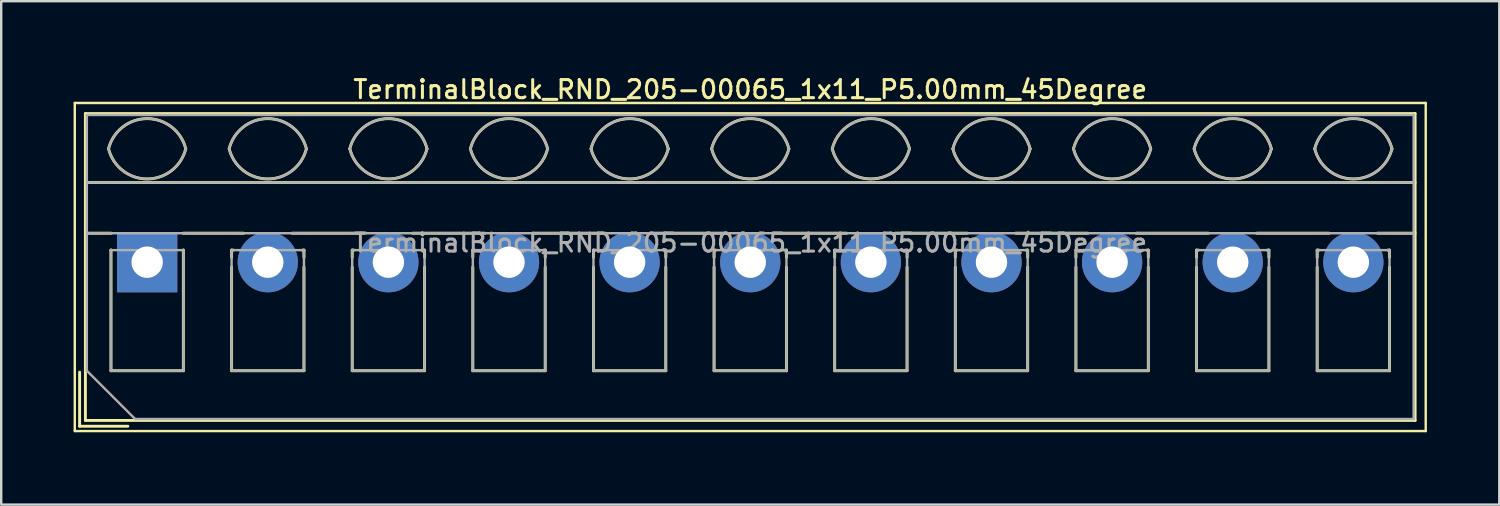
<source format=kicad_pcb>
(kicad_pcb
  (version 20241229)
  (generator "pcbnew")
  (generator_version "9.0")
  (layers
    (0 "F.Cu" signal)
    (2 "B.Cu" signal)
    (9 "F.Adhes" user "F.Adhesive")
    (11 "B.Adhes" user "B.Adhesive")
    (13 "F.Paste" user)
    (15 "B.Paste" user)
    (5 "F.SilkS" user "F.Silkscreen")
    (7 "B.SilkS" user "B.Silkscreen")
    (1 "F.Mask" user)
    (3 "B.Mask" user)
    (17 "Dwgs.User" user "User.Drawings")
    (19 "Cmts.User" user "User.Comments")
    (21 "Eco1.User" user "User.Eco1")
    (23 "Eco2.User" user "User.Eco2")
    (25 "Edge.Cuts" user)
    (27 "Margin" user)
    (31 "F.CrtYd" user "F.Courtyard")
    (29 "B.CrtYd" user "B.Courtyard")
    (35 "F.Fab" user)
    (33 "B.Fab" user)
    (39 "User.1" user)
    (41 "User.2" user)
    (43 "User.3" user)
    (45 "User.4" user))
  (footprint "TerminalBlock_RND_205-00065_1x11_P5.00mm_45Degree"
    (layer "F.Cu")
    (at 3.05 7.818)
    (property "Reference" "TerminalBlock_RND_205-00065_1x11_P5.00mm_45Degree" (at 25 -7.16 0) (layer "F.SilkS") (effects (font (size 0.75 0.75) (thickness 0.125))))
    (attr through_hole)
    (fp_line (start -3 -6.6) (end -3 7) (stroke (width 0.1) (type solid)) (layer "F.SilkS"))
    (fp_line (start -3 7) (end 53 7) (stroke (width 0.1) (type solid)) (layer "F.SilkS"))
    (fp_line (start -2.8 4.56) (end -2.8 6.8) (stroke (width 0.12) (type solid)) (layer "F.SilkS"))
    (fp_line (start -2.8 6.8) (end -0.8 6.8) (stroke (width 0.12) (type solid)) (layer "F.SilkS"))
    (fp_line (start -2.56 -6.16) (end -2.56 6.56) (stroke (width 0.12) (type solid)) (layer "F.SilkS"))
    (fp_line (start -2.56 -6.16) (end 52.56 -6.16) (stroke (width 0.12) (type solid)) (layer "F.SilkS"))
    (fp_line (start -2.56 -3.301) (end 52.56 -3.301) (stroke (width 0.12) (type solid)) (layer "F.SilkS"))
    (fp_line (start -2.56 -1.201) (end -1.49 -1.201) (stroke (width 0.12) (type solid)) (layer "F.SilkS"))
    (fp_line (start -2.56 6.56) (end 52.56 6.56) (stroke (width 0.12) (type solid)) (layer "F.SilkS"))
    (fp_line (start -1.5 -0.5) (end -1.5 4.5) (stroke (width 0.12) (type solid)) (layer "F.SilkS"))
    (fp_line (start -1.5 -0.5) (end -1.49 -0.5) (stroke (width 0.12) (type solid)) (layer "F.SilkS"))
    (fp_line (start -1.5 4.5) (end 1.5 4.5) (stroke (width 0.12) (type solid)) (layer "F.SilkS"))
    (fp_line (start 1.49 -1.201) (end 4 -1.201) (stroke (width 0.12) (type solid)) (layer "F.SilkS"))
    (fp_line (start 1.49 -0.5) (end 1.5 -0.5) (stroke (width 0.12) (type solid)) (layer "F.SilkS"))
    (fp_line (start 1.5 -0.5) (end 1.5 4.5) (stroke (width 0.12) (type solid)) (layer "F.SilkS"))
    (fp_line (start 3.5 -0.5) (end 3.5 -0.202) (stroke (width 0.12) (type solid)) (layer "F.SilkS"))
    (fp_line (start 3.5 -0.5) (end 3.57 -0.5) (stroke (width 0.12) (type solid)) (layer "F.SilkS"))
    (fp_line (start 3.5 0.202) (end 3.5 4.5) (stroke (width 0.12) (type solid)) (layer "F.SilkS"))
    (fp_line (start 3.5 4.5) (end 6.5 4.5) (stroke (width 0.12) (type solid)) (layer "F.SilkS"))
    (fp_line (start 6.001 -1.201) (end 9 -1.201) (stroke (width 0.12) (type solid)) (layer "F.SilkS"))
    (fp_line (start 6.431 -0.5) (end 6.5 -0.5) (stroke (width 0.12) (type solid)) (layer "F.SilkS"))
    (fp_line (start 6.5 -0.5) (end 6.5 -0.202) (stroke (width 0.12) (type solid)) (layer "F.SilkS"))
    (fp_line (start 6.5 0.202) (end 6.5 4.5) (stroke (width 0.12) (type solid)) (layer "F.SilkS"))
    (fp_line (start 8.5 -0.5) (end 8.5 -0.202) (stroke (width 0.12) (type solid)) (layer "F.SilkS"))
    (fp_line (start 8.5 -0.5) (end 8.57 -0.5) (stroke (width 0.12) (type solid)) (layer "F.SilkS"))
    (fp_line (start 8.5 0.202) (end 8.5 4.5) (stroke (width 0.12) (type solid)) (layer "F.SilkS"))
    (fp_line (start 8.5 4.5) (end 11.5 4.5) (stroke (width 0.12) (type solid)) (layer "F.SilkS"))
    (fp_line (start 11.001 -1.201) (end 14 -1.201) (stroke (width 0.12) (type solid)) (layer "F.SilkS"))
    (fp_line (start 11.431 -0.5) (end 11.5 -0.5) (stroke (width 0.12) (type solid)) (layer "F.SilkS"))
    (fp_line (start 11.5 -0.5) (end 11.5 -0.202) (stroke (width 0.12) (type solid)) (layer "F.SilkS"))
    (fp_line (start 11.5 0.202) (end 11.5 4.5) (stroke (width 0.12) (type solid)) (layer "F.SilkS"))
    (fp_line (start 13.5 -0.5) (end 13.5 -0.202) (stroke (width 0.12) (type solid)) (layer "F.SilkS"))
    (fp_line (start 13.5 -0.5) (end 13.57 -0.5) (stroke (width 0.12) (type solid)) (layer "F.SilkS"))
    (fp_line (start 13.5 0.202) (end 13.5 4.5) (stroke (width 0.12) (type solid)) (layer "F.SilkS"))
    (fp_line (start 13.5 4.5) (end 16.5 4.5) (stroke (width 0.12) (type solid)) (layer "F.SilkS"))
    (fp_line (start 16.001 -1.201) (end 19 -1.201) (stroke (width 0.12) (type solid)) (layer "F.SilkS"))
    (fp_line (start 16.431 -0.5) (end 16.5 -0.5) (stroke (width 0.12) (type solid)) (layer "F.SilkS"))
    (fp_line (start 16.5 -0.5) (end 16.5 -0.202) (stroke (width 0.12) (type solid)) (layer "F.SilkS"))
    (fp_line (start 16.5 0.202) (end 16.5 4.5) (stroke (width 0.12) (type solid)) (layer "F.SilkS"))
    (fp_line (start 18.5 -0.5) (end 18.5 -0.202) (stroke (width 0.12) (type solid)) (layer "F.SilkS"))
    (fp_line (start 18.5 -0.5) (end 18.57 -0.5) (stroke (width 0.12) (type solid)) (layer "F.SilkS"))
    (fp_line (start 18.5 0.202) (end 18.5 4.5) (stroke (width 0.12) (type solid)) (layer "F.SilkS"))
    (fp_line (start 18.5 4.5) (end 21.5 4.5) (stroke (width 0.12) (type solid)) (layer "F.SilkS"))
    (fp_line (start 21.001 -1.201) (end 24 -1.201) (stroke (width 0.12) (type solid)) (layer "F.SilkS"))
    (fp_line (start 21.431 -0.5) (end 21.5 -0.5) (stroke (width 0.12) (type solid)) (layer "F.SilkS"))
    (fp_line (start 21.5 -0.5) (end 21.5 -0.202) (stroke (width 0.12) (type solid)) (layer "F.SilkS"))
    (fp_line (start 21.5 0.202) (end 21.5 4.5) (stroke (width 0.12) (type solid)) (layer "F.SilkS"))
    (fp_line (start 23.5 -0.5) (end 23.5 -0.202) (stroke (width 0.12) (type solid)) (layer "F.SilkS"))
    (fp_line (start 23.5 -0.5) (end 23.57 -0.5) (stroke (width 0.12) (type solid)) (layer "F.SilkS"))
    (fp_line (start 23.5 0.202) (end 23.5 4.5) (stroke (width 0.12) (type solid)) (layer "F.SilkS"))
    (fp_line (start 23.5 4.5) (end 26.5 4.5) (stroke (width 0.12) (type solid)) (layer "F.SilkS"))
    (fp_line (start 26.001 -1.201) (end 29 -1.201) (stroke (width 0.12) (type solid)) (layer "F.SilkS"))
    (fp_line (start 26.431 -0.5) (end 26.5 -0.5) (stroke (width 0.12) (type solid)) (layer "F.SilkS"))
    (fp_line (start 26.5 -0.5) (end 26.5 -0.202) (stroke (width 0.12) (type solid)) (layer "F.SilkS"))
    (fp_line (start 26.5 0.202) (end 26.5 4.5) (stroke (width 0.12) (type solid)) (layer "F.SilkS"))
    (fp_line (start 28.5 -0.5) (end 28.5 -0.202) (stroke (width 0.12) (type solid)) (layer "F.SilkS"))
    (fp_line (start 28.5 -0.5) (end 28.57 -0.5) (stroke (width 0.12) (type solid)) (layer "F.SilkS"))
    (fp_line (start 28.5 0.202) (end 28.5 4.5) (stroke (width 0.12) (type solid)) (layer "F.SilkS"))
    (fp_line (start 28.5 4.5) (end 31.5 4.5) (stroke (width 0.12) (type solid)) (layer "F.SilkS"))
    (fp_line (start 31.001 -1.201) (end 34 -1.201) (stroke (width 0.12) (type solid)) (layer "F.SilkS"))
    (fp_line (start 31.431 -0.5) (end 31.5 -0.5) (stroke (width 0.12) (type solid)) (layer "F.SilkS"))
    (fp_line (start 31.5 -0.5) (end 31.5 -0.202) (stroke (width 0.12) (type solid)) (layer "F.SilkS"))
    (fp_line (start 31.5 0.202) (end 31.5 4.5) (stroke (width 0.12) (type solid)) (layer "F.SilkS"))
    (fp_line (start 33.5 -0.5) (end 33.5 -0.202) (stroke (width 0.12) (type solid)) (layer "F.SilkS"))
    (fp_line (start 33.5 -0.5) (end 33.57 -0.5) (stroke (width 0.12) (type solid)) (layer "F.SilkS"))
    (fp_line (start 33.5 0.202) (end 33.5 4.5) (stroke (width 0.12) (type solid)) (layer "F.SilkS"))
    (fp_line (start 33.5 4.5) (end 36.5 4.5) (stroke (width 0.12) (type solid)) (layer "F.SilkS"))
    (fp_line (start 36.001 -1.201) (end 39 -1.201) (stroke (width 0.12) (type solid)) (layer "F.SilkS"))
    (fp_line (start 36.431 -0.5) (end 36.5 -0.5) (stroke (width 0.12) (type solid)) (layer "F.SilkS"))
    (fp_line (start 36.5 -0.5) (end 36.5 -0.202) (stroke (width 0.12) (type solid)) (layer "F.SilkS"))
    (fp_line (start 36.5 0.202) (end 36.5 4.5) (stroke (width 0.12) (type solid)) (layer "F.SilkS"))
    (fp_line (start 38.5 -0.5) (end 38.5 -0.202) (stroke (width 0.12) (type solid)) (layer "F.SilkS"))
    (fp_line (start 38.5 -0.5) (end 38.57 -0.5) (stroke (width 0.12) (type solid)) (layer "F.SilkS"))
    (fp_line (start 38.5 0.202) (end 38.5 4.5) (stroke (width 0.12) (type solid)) (layer "F.SilkS"))
    (fp_line (start 38.5 4.5) (end 41.5 4.5) (stroke (width 0.12) (type solid)) (layer "F.SilkS"))
    (fp_line (start 41.001 -1.201) (end 44 -1.201) (stroke (width 0.12) (type solid)) (layer "F.SilkS"))
    (fp_line (start 41.431 -0.5) (end 41.5 -0.5) (stroke (width 0.12) (type solid)) (layer "F.SilkS"))
    (fp_line (start 41.5 -0.5) (end 41.5 -0.202) (stroke (width 0.12) (type solid)) (layer "F.SilkS"))
    (fp_line (start 41.5 0.202) (end 41.5 4.5) (stroke (width 0.12) (type solid)) (layer "F.SilkS"))
    (fp_line (start 43.5 -0.5) (end 43.5 -0.202) (stroke (width 0.12) (type solid)) (layer "F.SilkS"))
    (fp_line (start 43.5 -0.5) (end 43.57 -0.5) (stroke (width 0.12) (type solid)) (layer "F.SilkS"))
    (fp_line (start 43.5 0.202) (end 43.5 4.5) (stroke (width 0.12) (type solid)) (layer "F.SilkS"))
    (fp_line (start 43.5 4.5) (end 46.5 4.5) (stroke (width 0.12) (type solid)) (layer "F.SilkS"))
    (fp_line (start 46.001 -1.201) (end 49 -1.201) (stroke (width 0.12) (type solid)) (layer "F.SilkS"))
    (fp_line (start 46.431 -0.5) (end 46.5 -0.5) (stroke (width 0.12) (type solid)) (layer "F.SilkS"))
    (fp_line (start 46.5 -0.5) (end 46.5 -0.202) (stroke (width 0.12) (type solid)) (layer "F.SilkS"))
    (fp_line (start 46.5 0.202) (end 46.5 4.5) (stroke (width 0.12) (type solid)) (layer "F.SilkS"))
    (fp_line (start 48.5 -0.5) (end 48.5 -0.202) (stroke (width 0.12) (type solid)) (layer "F.SilkS"))
    (fp_line (start 48.5 -0.5) (end 48.57 -0.5) (stroke (width 0.12) (type solid)) (layer "F.SilkS"))
    (fp_line (start 48.5 0.202) (end 48.5 4.5) (stroke (width 0.12) (type solid)) (layer "F.SilkS"))
    (fp_line (start 48.5 4.5) (end 51.5 4.5) (stroke (width 0.12) (type solid)) (layer "F.SilkS"))
    (fp_line (start 51.001 -1.201) (end 52.56 -1.201) (stroke (width 0.12) (type solid)) (layer "F.SilkS"))
    (fp_line (start 51.431 -0.5) (end 51.5 -0.5) (stroke (width 0.12) (type solid)) (layer "F.SilkS"))
    (fp_line (start 51.5 -0.5) (end 51.5 -0.202) (stroke (width 0.12) (type solid)) (layer "F.SilkS"))
    (fp_line (start 51.5 0.202) (end 51.5 4.5) (stroke (width 0.12) (type solid)) (layer "F.SilkS"))
    (fp_line (start 52.56 -6.16) (end 52.56 6.56) (stroke (width 0.12) (type solid)) (layer "F.SilkS"))
    (fp_line (start 53 -6.6) (end -3 -6.6) (stroke (width 0.1) (type solid)) (layer "F.SilkS"))
    (fp_line (start 53 7) (end 53 -6.6) (stroke (width 0.1) (type solid)) (layer "F.SilkS"))
    (fp_arc (start -1.600914 -4.700344) (mid 0.000177 -5.95097) (end 1.601 -4.7) (stroke (width 0.12) (type solid)) (layer "F.SilkS"))
    (fp_arc (start 1.6 -4.7) (mid -0.000064 -3.45) (end -1.600031 -4.700125) (stroke (width 0.12) (type solid)) (layer "F.SilkS"))
    (fp_arc (start 3.399086 -4.700344) (mid 5.000177 -5.95097) (end 6.601 -4.7) (stroke (width 0.12) (type solid)) (layer "F.SilkS"))
    (fp_arc (start 6.6 -4.7) (mid 4.999936 -3.45) (end 3.399969 -4.700125) (stroke (width 0.12) (type solid)) (layer "F.SilkS"))
    (fp_arc (start 8.399086 -4.700344) (mid 10.000177 -5.95097) (end 11.601 -4.7) (stroke (width 0.12) (type solid)) (layer "F.SilkS"))
    (fp_arc (start 11.6 -4.7) (mid 9.999936 -3.45) (end 8.399969 -4.700125) (stroke (width 0.12) (type solid)) (layer "F.SilkS"))
    (fp_arc (start 13.399086 -4.700344) (mid 15.000177 -5.95097) (end 16.601 -4.7) (stroke (width 0.12) (type solid)) (layer "F.SilkS"))
    (fp_arc (start 16.6 -4.7) (mid 14.999936 -3.45) (end 13.399969 -4.700125) (stroke (width 0.12) (type solid)) (layer "F.SilkS"))
    (fp_arc (start 18.399086 -4.700344) (mid 20.000177 -5.95097) (end 21.601 -4.7) (stroke (width 0.12) (type solid)) (layer "F.SilkS"))
    (fp_arc (start 21.6 -4.7) (mid 19.999936 -3.45) (end 18.399969 -4.700125) (stroke (width 0.12) (type solid)) (layer "F.SilkS"))
    (fp_arc (start 23.399086 -4.700344) (mid 25.000177 -5.95097) (end 26.601 -4.7) (stroke (width 0.12) (type solid)) (layer "F.SilkS"))
    (fp_arc (start 26.6 -4.7) (mid 24.999936 -3.45) (end 23.399969 -4.700125) (stroke (width 0.12) (type solid)) (layer "F.SilkS"))
    (fp_arc (start 28.399086 -4.700344) (mid 30.000177 -5.95097) (end 31.601 -4.7) (stroke (width 0.12) (type solid)) (layer "F.SilkS"))
    (fp_arc (start 31.6 -4.7) (mid 29.999936 -3.45) (end 28.399969 -4.700125) (stroke (width 0.12) (type solid)) (layer "F.SilkS"))
    (fp_arc (start 33.399086 -4.700344) (mid 35.000177 -5.95097) (end 36.601 -4.7) (stroke (width 0.12) (type solid)) (layer "F.SilkS"))
    (fp_arc (start 36.6 -4.7) (mid 34.999936 -3.45) (end 33.399969 -4.700125) (stroke (width 0.12) (type solid)) (layer "F.SilkS"))
    (fp_arc (start 38.399086 -4.700344) (mid 40.000177 -5.95097) (end 41.601 -4.7) (stroke (width 0.12) (type solid)) (layer "F.SilkS"))
    (fp_arc (start 41.6 -4.7) (mid 39.999936 -3.45) (end 38.399969 -4.700125) (stroke (width 0.12) (type solid)) (layer "F.SilkS"))
    (fp_arc (start 43.399086 -4.700344) (mid 45.000177 -5.95097) (end 46.601 -4.7) (stroke (width 0.12) (type solid)) (layer "F.SilkS"))
    (fp_arc (start 46.6 -4.7) (mid 44.999936 -3.45) (end 43.399969 -4.700125) (stroke (width 0.12) (type solid)) (layer "F.SilkS"))
    (fp_arc (start 48.399086 -4.700344) (mid 50.000177 -5.95097) (end 51.601 -4.7) (stroke (width 0.12) (type solid)) (layer "F.SilkS"))
    (fp_arc (start 51.6 -4.7) (mid 49.999936 -3.45) (end 48.399969 -4.700125) (stroke (width 0.12) (type solid)) (layer "F.SilkS"))
    (fp_line (start -2.5 -6.1) (end 52.5 -6.1) (stroke (width 0.1) (type solid)) (layer "F.Fab"))
    (fp_line (start -2.5 -3.3) (end 52.5 -3.3) (stroke (width 0.1) (type solid)) (layer "F.Fab"))
    (fp_line (start -2.5 -1.2) (end 52.5 -1.2) (stroke (width 0.1) (type solid)) (layer "F.Fab"))
    (fp_line (start -2.5 4.5) (end -2.5 -6.1) (stroke (width 0.1) (type solid)) (layer "F.Fab"))
    (fp_line (start -1.5 -0.5) (end -1.5 4.5) (stroke (width 0.1) (type solid)) (layer "F.Fab"))
    (fp_line (start -1.5 4.5) (end 1.5 4.5) (stroke (width 0.1) (type solid)) (layer "F.Fab"))
    (fp_line (start -0.5 6.5) (end -2.5 4.5) (stroke (width 0.1) (type solid)) (layer "F.Fab"))
    (fp_line (start 1.5 -0.5) (end -1.5 -0.5) (stroke (width 0.1) (type solid)) (layer "F.Fab"))
    (fp_line (start 1.5 4.5) (end 1.5 -0.5) (stroke (width 0.1) (type solid)) (layer "F.Fab"))
    (fp_line (start 3.5 -0.5) (end 3.5 4.5) (stroke (width 0.1) (type solid)) (layer "F.Fab"))
    (fp_line (start 3.5 4.5) (end 6.5 4.5) (stroke (width 0.1) (type solid)) (layer "F.Fab"))
    (fp_line (start 6.5 -0.5) (end 3.5 -0.5) (stroke (width 0.1) (type solid)) (layer "F.Fab"))
    (fp_line (start 6.5 4.5) (end 6.5 -0.5) (stroke (width 0.1) (type solid)) (layer "F.Fab"))
    (fp_line (start 8.5 -0.5) (end 8.5 4.5) (stroke (width 0.1) (type solid)) (layer "F.Fab"))
    (fp_line (start 8.5 4.5) (end 11.5 4.5) (stroke (width 0.1) (type solid)) (layer "F.Fab"))
    (fp_line (start 11.5 -0.5) (end 8.5 -0.5) (stroke (width 0.1) (type solid)) (layer "F.Fab"))
    (fp_line (start 11.5 4.5) (end 11.5 -0.5) (stroke (width 0.1) (type solid)) (layer "F.Fab"))
    (fp_line (start 13.5 -0.5) (end 13.5 4.5) (stroke (width 0.1) (type solid)) (layer "F.Fab"))
    (fp_line (start 13.5 4.5) (end 16.5 4.5) (stroke (width 0.1) (type solid)) (layer "F.Fab"))
    (fp_line (start 16.5 -0.5) (end 13.5 -0.5) (stroke (width 0.1) (type solid)) (layer "F.Fab"))
    (fp_line (start 16.5 4.5) (end 16.5 -0.5) (stroke (width 0.1) (type solid)) (layer "F.Fab"))
    (fp_line (start 18.5 -0.5) (end 18.5 4.5) (stroke (width 0.1) (type solid)) (layer "F.Fab"))
    (fp_line (start 18.5 4.5) (end 21.5 4.5) (stroke (width 0.1) (type solid)) (layer "F.Fab"))
    (fp_line (start 21.5 -0.5) (end 18.5 -0.5) (stroke (width 0.1) (type solid)) (layer "F.Fab"))
    (fp_line (start 21.5 4.5) (end 21.5 -0.5) (stroke (width 0.1) (type solid)) (layer "F.Fab"))
    (fp_line (start 23.5 -0.5) (end 23.5 4.5) (stroke (width 0.1) (type solid)) (layer "F.Fab"))
    (fp_line (start 23.5 4.5) (end 26.5 4.5) (stroke (width 0.1) (type solid)) (layer "F.Fab"))
    (fp_line (start 26.5 -0.5) (end 23.5 -0.5) (stroke (width 0.1) (type solid)) (layer "F.Fab"))
    (fp_line (start 26.5 4.5) (end 26.5 -0.5) (stroke (width 0.1) (type solid)) (layer "F.Fab"))
    (fp_line (start 28.5 -0.5) (end 28.5 4.5) (stroke (width 0.1) (type solid)) (layer "F.Fab"))
    (fp_line (start 28.5 4.5) (end 31.5 4.5) (stroke (width 0.1) (type solid)) (layer "F.Fab"))
    (fp_line (start 31.5 -0.5) (end 28.5 -0.5) (stroke (width 0.1) (type solid)) (layer "F.Fab"))
    (fp_line (start 31.5 4.5) (end 31.5 -0.5) (stroke (width 0.1) (type solid)) (layer "F.Fab"))
    (fp_line (start 33.5 -0.5) (end 33.5 4.5) (stroke (width 0.1) (type solid)) (layer "F.Fab"))
    (fp_line (start 33.5 4.5) (end 36.5 4.5) (stroke (width 0.1) (type solid)) (layer "F.Fab"))
    (fp_line (start 36.5 -0.5) (end 33.5 -0.5) (stroke (width 0.1) (type solid)) (layer "F.Fab"))
    (fp_line (start 36.5 4.5) (end 36.5 -0.5) (stroke (width 0.1) (type solid)) (layer "F.Fab"))
    (fp_line (start 38.5 -0.5) (end 38.5 4.5) (stroke (width 0.1) (type solid)) (layer "F.Fab"))
    (fp_line (start 38.5 4.5) (end 41.5 4.5) (stroke (width 0.1) (type solid)) (layer "F.Fab"))
    (fp_line (start 41.5 -0.5) (end 38.5 -0.5) (stroke (width 0.1) (type solid)) (layer "F.Fab"))
    (fp_line (start 41.5 4.5) (end 41.5 -0.5) (stroke (width 0.1) (type solid)) (layer "F.Fab"))
    (fp_line (start 43.5 -0.5) (end 43.5 4.5) (stroke (width 0.1) (type solid)) (layer "F.Fab"))
    (fp_line (start 43.5 4.5) (end 46.5 4.5) (stroke (width 0.1) (type solid)) (layer "F.Fab"))
    (fp_line (start 46.5 -0.5) (end 43.5 -0.5) (stroke (width 0.1) (type solid)) (layer "F.Fab"))
    (fp_line (start 46.5 4.5) (end 46.5 -0.5) (stroke (width 0.1) (type solid)) (layer "F.Fab"))
    (fp_line (start 48.5 -0.5) (end 48.5 4.5) (stroke (width 0.1) (type solid)) (layer "F.Fab"))
    (fp_line (start 48.5 4.5) (end 51.5 4.5) (stroke (width 0.1) (type solid)) (layer "F.Fab"))
    (fp_line (start 51.5 -0.5) (end 48.5 -0.5) (stroke (width 0.1) (type solid)) (layer "F.Fab"))
    (fp_line (start 51.5 4.5) (end 51.5 -0.5) (stroke (width 0.1) (type solid)) (layer "F.Fab"))
    (fp_line (start 52.5 -6.1) (end 52.5 6.5) (stroke (width 0.1) (type solid)) (layer "F.Fab"))
    (fp_line (start 52.5 6.5) (end -0.5 6.5) (stroke (width 0.1) (type solid)) (layer "F.Fab"))
    (fp_arc (start -1.600914 -4.700344) (mid 0.000177 -5.95097) (end 1.601 -4.7) (stroke (width 0.1) (type solid)) (layer "F.Fab"))
    (fp_arc (start 1.6 -4.7) (mid -0.000064 -3.45) (end -1.600031 -4.700125) (stroke (width 0.1) (type solid)) (layer "F.Fab"))
    (fp_arc (start 3.399086 -4.700344) (mid 5.000177 -5.95097) (end 6.601 -4.7) (stroke (width 0.1) (type solid)) (layer "F.Fab"))
    (fp_arc (start 6.6 -4.7) (mid 4.999936 -3.45) (end 3.399969 -4.700125) (stroke (width 0.1) (type solid)) (layer "F.Fab"))
    (fp_arc (start 8.399086 -4.700344) (mid 10.000177 -5.95097) (end 11.601 -4.7) (stroke (width 0.1) (type solid)) (layer "F.Fab"))
    (fp_arc (start 11.6 -4.7) (mid 9.999936 -3.45) (end 8.399969 -4.700125) (stroke (width 0.1) (type solid)) (layer "F.Fab"))
    (fp_arc (start 13.399086 -4.700344) (mid 15.000177 -5.95097) (end 16.601 -4.7) (stroke (width 0.1) (type solid)) (layer "F.Fab"))
    (fp_arc (start 16.6 -4.7) (mid 14.999936 -3.45) (end 13.399969 -4.700125) (stroke (width 0.1) (type solid)) (layer "F.Fab"))
    (fp_arc (start 18.399086 -4.700344) (mid 20.000177 -5.95097) (end 21.601 -4.7) (stroke (width 0.1) (type solid)) (layer "F.Fab"))
    (fp_arc (start 21.6 -4.7) (mid 19.999936 -3.45) (end 18.399969 -4.700125) (stroke (width 0.1) (type solid)) (layer "F.Fab"))
    (fp_arc (start 23.399086 -4.700344) (mid 25.000177 -5.95097) (end 26.601 -4.7) (stroke (width 0.1) (type solid)) (layer "F.Fab"))
    (fp_arc (start 26.6 -4.7) (mid 24.999936 -3.45) (end 23.399969 -4.700125) (stroke (width 0.1) (type solid)) (layer "F.Fab"))
    (fp_arc (start 28.399086 -4.700344) (mid 30.000177 -5.95097) (end 31.601 -4.7) (stroke (width 0.1) (type solid)) (layer "F.Fab"))
    (fp_arc (start 31.6 -4.7) (mid 29.999936 -3.45) (end 28.399969 -4.700125) (stroke (width 0.1) (type solid)) (layer "F.Fab"))
    (fp_arc (start 33.399086 -4.700344) (mid 35.000177 -5.95097) (end 36.601 -4.7) (stroke (width 0.1) (type solid)) (layer "F.Fab"))
    (fp_arc (start 36.6 -4.7) (mid 34.999936 -3.45) (end 33.399969 -4.700125) (stroke (width 0.1) (type solid)) (layer "F.Fab"))
    (fp_arc (start 38.399086 -4.700344) (mid 40.000177 -5.95097) (end 41.601 -4.7) (stroke (width 0.1) (type solid)) (layer "F.Fab"))
    (fp_arc (start 41.6 -4.7) (mid 39.999936 -3.45) (end 38.399969 -4.700125) (stroke (width 0.1) (type solid)) (layer "F.Fab"))
    (fp_arc (start 43.399086 -4.700344) (mid 45.000177 -5.95097) (end 46.601 -4.7) (stroke (width 0.1) (type solid)) (layer "F.Fab"))
    (fp_arc (start 46.6 -4.7) (mid 44.999936 -3.45) (end 43.399969 -4.700125) (stroke (width 0.1) (type solid)) (layer "F.Fab"))
    (fp_arc (start 48.399086 -4.700344) (mid 50.000177 -5.95097) (end 51.601 -4.7) (stroke (width 0.1) (type solid)) (layer "F.Fab"))
    (fp_arc (start 51.6 -4.7) (mid 49.999936 -3.45) (end 48.399969 -4.700125) (stroke (width 0.1) (type solid)) (layer "F.Fab"))
    (fp_text user "${REFERENCE}" (at 25 -0.8 0) (layer "F.Fab") (effects (font (size 0.75 0.75) (thickness 0.125))))
    (pad "1" thru_hole rect (at 0 0) (size 2.5 2.5) (drill 1.3) (layers "*.Cu" "*.Mask"))
    (pad "2" thru_hole circle (at 5 0) (size 2.5 2.5) (drill 1.3) (layers "*.Cu" "*.Mask"))
    (pad "3" thru_hole circle (at 10 0) (size 2.5 2.5) (drill 1.3) (layers "*.Cu" "*.Mask"))
    (pad "4" thru_hole circle (at 15 0) (size 2.5 2.5) (drill 1.3) (layers "*.Cu" "*.Mask"))
    (pad "5" thru_hole circle (at 20 0) (size 2.5 2.5) (drill 1.3) (layers "*.Cu" "*.Mask"))
    (pad "6" thru_hole circle (at 25 0) (size 2.5 2.5) (drill 1.3) (layers "*.Cu" "*.Mask"))
    (pad "7" thru_hole circle (at 30 0) (size 2.5 2.5) (drill 1.3) (layers "*.Cu" "*.Mask"))
    (pad "8" thru_hole circle (at 35 0) (size 2.5 2.5) (drill 1.3) (layers "*.Cu" "*.Mask"))
    (pad "9" thru_hole circle (at 40 0) (size 2.5 2.5) (drill 1.3) (layers "*.Cu" "*.Mask"))
    (pad "10" thru_hole circle (at 45 0) (size 2.5 2.5) (drill 1.3) (layers "*.Cu" "*.Mask"))
    (pad "11" thru_hole circle (at 50 0) (size 2.5 2.5) (drill 1.3) (layers "*.Cu" "*.Mask")))
  (gr_rect
    (start -3 -3)
    (end 59.1 17.868)
    (stroke (width 0.1) (type default))
    (fill no)
    (layer "Edge.Cuts")))
</source>
